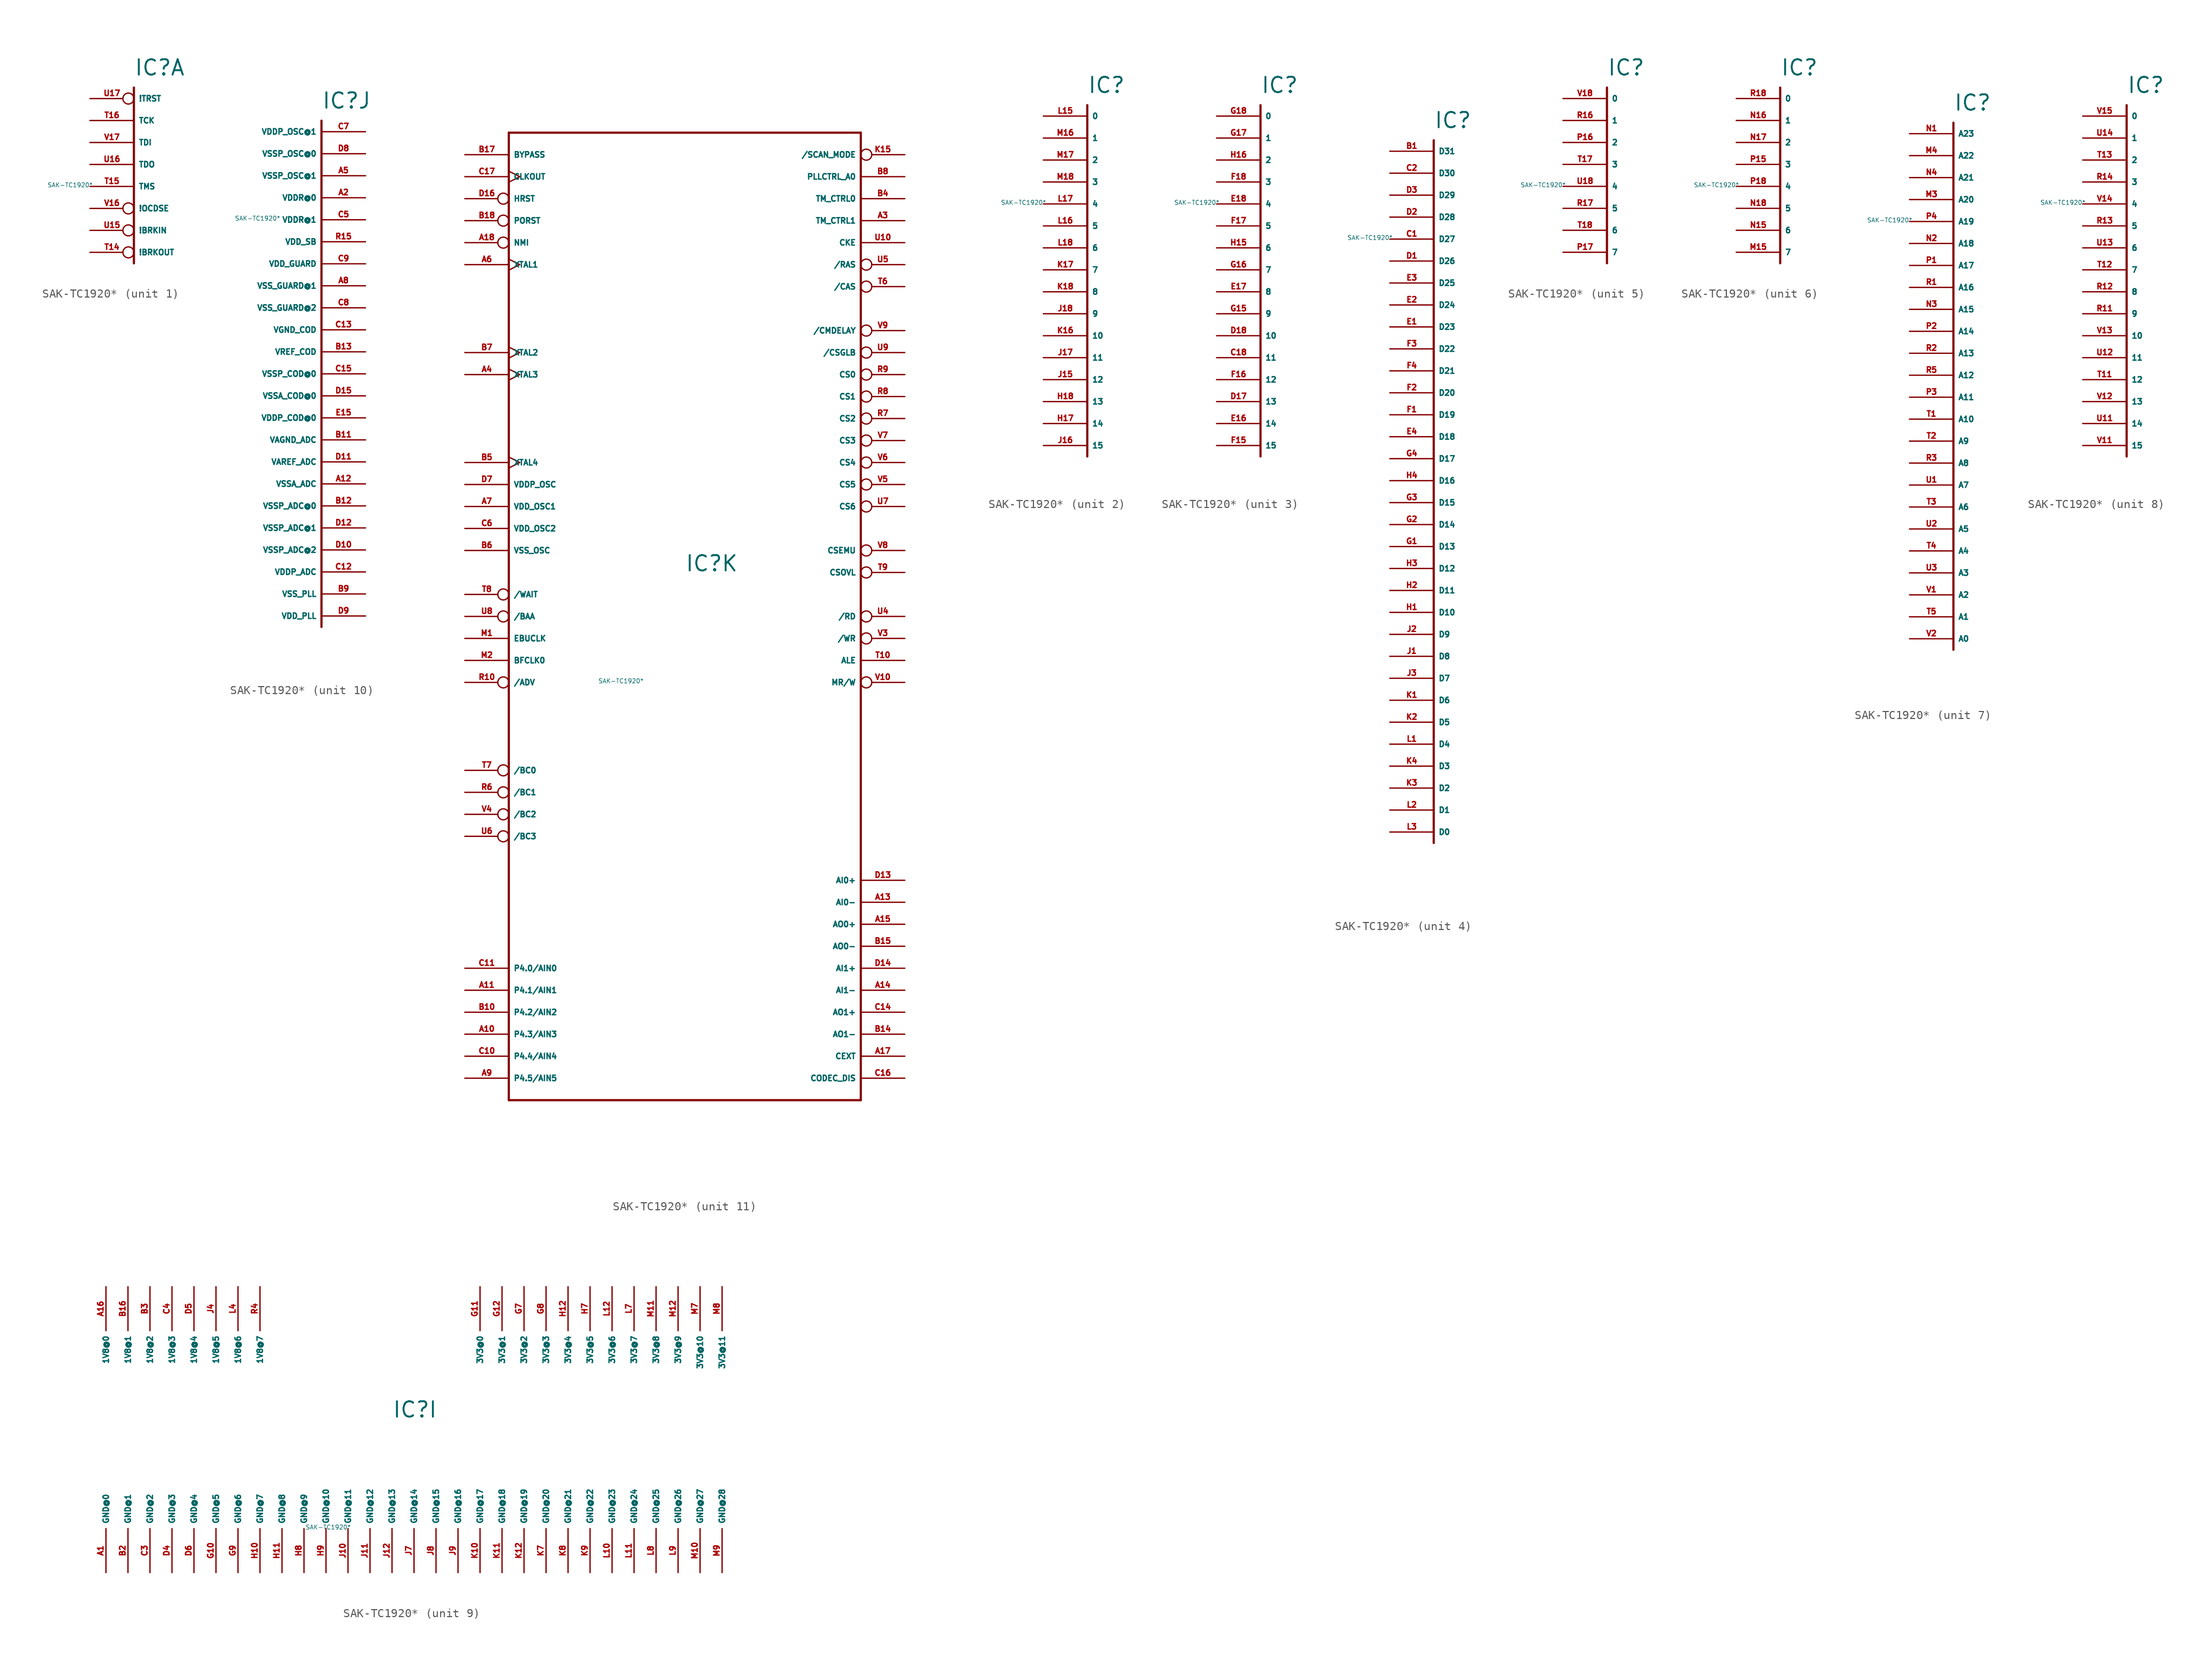
<source format=kicad_sym>
(kicad_symbol_lib
  (version 20220914)
  (generator Eagle2Kicad)
  (symbol "SAK-TC1920*"
    (property "Reference" "IC"
      (at 0 2.54 0)
      (effects (font (size 1.778 1.778) (thickness 0.22)) (justify left bottom)))
    (property "Value" "SAK-TC1920*"
      (at -10 -10 0)
      (effects (font (size 0.5 0.5) (thickness 0.06)) (justify left)))
    (symbol "SAK-TC1920*_1_0"
      (polyline (pts (xy 0 1.27) (xy 0 -19.05)) (stroke (width 0.254) (type default)) (fill (type none)))
      (pin input inverted (at -5.08 0 0) (length 5.08) (name "!TRST" (effects (font (size 0.635 0.635) (thickness 0.08)) (justify left bottom))) (number "U17" (effects (font (size 0.635 0.635) (thickness 0.08)) (justify left bottom))))
      (pin input line (at -5.08 -2.54 0) (length 5.08) (name "TCK" (effects (font (size 0.635 0.635) (thickness 0.08)) (justify left bottom))) (number "T16" (effects (font (size 0.635 0.635) (thickness 0.08)) (justify left bottom))))
      (pin input line (at -5.08 -5.08 0) (length 5.08) (name "TDI" (effects (font (size 0.635 0.635) (thickness 0.08)) (justify left bottom))) (number "V17" (effects (font (size 0.635 0.635) (thickness 0.08)) (justify left bottom))))
      (pin output line (at -5.08 -7.62 0) (length 5.08) (name "TDO" (effects (font (size 0.635 0.635) (thickness 0.08)) (justify left bottom))) (number "U16" (effects (font (size 0.635 0.635) (thickness 0.08)) (justify left bottom))))
      (pin input line (at -5.08 -10.16 0) (length 5.08) (name "TMS" (effects (font (size 0.635 0.635) (thickness 0.08)) (justify left bottom))) (number "T15" (effects (font (size 0.635 0.635) (thickness 0.08)) (justify left bottom))))
      (pin input inverted (at -5.08 -12.7 0) (length 5.08) (name "!OCDSE" (effects (font (size 0.635 0.635) (thickness 0.08)) (justify left bottom))) (number "V16" (effects (font (size 0.635 0.635) (thickness 0.08)) (justify left bottom))))
      (pin input inverted (at -5.08 -15.24 0) (length 5.08) (name "!BRKIN" (effects (font (size 0.635 0.635) (thickness 0.08)) (justify left bottom))) (number "U15" (effects (font (size 0.635 0.635) (thickness 0.08)) (justify left bottom))))
      (pin output inverted (at -5.08 -17.78 0) (length 5.08) (name "!BRKOUT" (effects (font (size 0.635 0.635) (thickness 0.08)) (justify left bottom))) (number "T14" (effects (font (size 0.635 0.635) (thickness 0.08)) (justify left bottom)))))
    (symbol "SAK-TC1920*_2_0"
      (polyline (pts (xy 0 1.27) (xy 0 -39.37)) (stroke (width 0.254) (type default)) (fill (type none)))
      (pin input line (at -5.08 0 0) (length 5.08) (name "0" (effects (font (size 0.635 0.635) (thickness 0.08)) (justify left bottom))) (number "L15" (effects (font (size 0.635 0.635) (thickness 0.08)) (justify left bottom))))
      (pin input line (at -5.08 -2.54 0) (length 5.08) (name "1" (effects (font (size 0.635 0.635) (thickness 0.08)) (justify left bottom))) (number "M16" (effects (font (size 0.635 0.635) (thickness 0.08)) (justify left bottom))))
      (pin input line (at -5.08 -5.08 0) (length 5.08) (name "2" (effects (font (size 0.635 0.635) (thickness 0.08)) (justify left bottom))) (number "M17" (effects (font (size 0.635 0.635) (thickness 0.08)) (justify left bottom))))
      (pin input line (at -5.08 -7.62 0) (length 5.08) (name "3" (effects (font (size 0.635 0.635) (thickness 0.08)) (justify left bottom))) (number "M18" (effects (font (size 0.635 0.635) (thickness 0.08)) (justify left bottom))))
      (pin input line (at -5.08 -10.16 0) (length 5.08) (name "4" (effects (font (size 0.635 0.635) (thickness 0.08)) (justify left bottom))) (number "L17" (effects (font (size 0.635 0.635) (thickness 0.08)) (justify left bottom))))
      (pin input line (at -5.08 -12.7 0) (length 5.08) (name "5" (effects (font (size 0.635 0.635) (thickness 0.08)) (justify left bottom))) (number "L16" (effects (font (size 0.635 0.635) (thickness 0.08)) (justify left bottom))))
      (pin input line (at -5.08 -15.24 0) (length 5.08) (name "6" (effects (font (size 0.635 0.635) (thickness 0.08)) (justify left bottom))) (number "L18" (effects (font (size 0.635 0.635) (thickness 0.08)) (justify left bottom))))
      (pin input line (at -5.08 -17.78 0) (length 5.08) (name "7" (effects (font (size 0.635 0.635) (thickness 0.08)) (justify left bottom))) (number "K17" (effects (font (size 0.635 0.635) (thickness 0.08)) (justify left bottom))))
      (pin input line (at -5.08 -20.32 0) (length 5.08) (name "8" (effects (font (size 0.635 0.635) (thickness 0.08)) (justify left bottom))) (number "K18" (effects (font (size 0.635 0.635) (thickness 0.08)) (justify left bottom))))
      (pin input line (at -5.08 -22.86 0) (length 5.08) (name "9" (effects (font (size 0.635 0.635) (thickness 0.08)) (justify left bottom))) (number "J18" (effects (font (size 0.635 0.635) (thickness 0.08)) (justify left bottom))))
      (pin input line (at -5.08 -25.4 0) (length 5.08) (name "10" (effects (font (size 0.635 0.635) (thickness 0.08)) (justify left bottom))) (number "K16" (effects (font (size 0.635 0.635) (thickness 0.08)) (justify left bottom))))
      (pin input line (at -5.08 -27.94 0) (length 5.08) (name "11" (effects (font (size 0.635 0.635) (thickness 0.08)) (justify left bottom))) (number "J17" (effects (font (size 0.635 0.635) (thickness 0.08)) (justify left bottom))))
      (pin input line (at -5.08 -30.48 0) (length 5.08) (name "12" (effects (font (size 0.635 0.635) (thickness 0.08)) (justify left bottom))) (number "J15" (effects (font (size 0.635 0.635) (thickness 0.08)) (justify left bottom))))
      (pin input line (at -5.08 -33.02 0) (length 5.08) (name "13" (effects (font (size 0.635 0.635) (thickness 0.08)) (justify left bottom))) (number "H18" (effects (font (size 0.635 0.635) (thickness 0.08)) (justify left bottom))))
      (pin input line (at -5.08 -35.56 0) (length 5.08) (name "14" (effects (font (size 0.635 0.635) (thickness 0.08)) (justify left bottom))) (number "H17" (effects (font (size 0.635 0.635) (thickness 0.08)) (justify left bottom))))
      (pin input line (at -5.08 -38.1 0) (length 5.08) (name "15" (effects (font (size 0.635 0.635) (thickness 0.08)) (justify left bottom))) (number "J16" (effects (font (size 0.635 0.635) (thickness 0.08)) (justify left bottom)))))
    (symbol "SAK-TC1920*_3_0"
      (polyline (pts (xy 0 1.27) (xy 0 -39.37)) (stroke (width 0.254) (type default)) (fill (type none)))
      (pin input line (at -5.08 0 0) (length 5.08) (name "0" (effects (font (size 0.635 0.635) (thickness 0.08)) (justify left bottom))) (number "G18" (effects (font (size 0.635 0.635) (thickness 0.08)) (justify left bottom))))
      (pin input line (at -5.08 -2.54 0) (length 5.08) (name "1" (effects (font (size 0.635 0.635) (thickness 0.08)) (justify left bottom))) (number "G17" (effects (font (size 0.635 0.635) (thickness 0.08)) (justify left bottom))))
      (pin input line (at -5.08 -5.08 0) (length 5.08) (name "2" (effects (font (size 0.635 0.635) (thickness 0.08)) (justify left bottom))) (number "H16" (effects (font (size 0.635 0.635) (thickness 0.08)) (justify left bottom))))
      (pin input line (at -5.08 -7.62 0) (length 5.08) (name "3" (effects (font (size 0.635 0.635) (thickness 0.08)) (justify left bottom))) (number "F18" (effects (font (size 0.635 0.635) (thickness 0.08)) (justify left bottom))))
      (pin input line (at -5.08 -10.16 0) (length 5.08) (name "4" (effects (font (size 0.635 0.635) (thickness 0.08)) (justify left bottom))) (number "E18" (effects (font (size 0.635 0.635) (thickness 0.08)) (justify left bottom))))
      (pin input line (at -5.08 -12.7 0) (length 5.08) (name "5" (effects (font (size 0.635 0.635) (thickness 0.08)) (justify left bottom))) (number "F17" (effects (font (size 0.635 0.635) (thickness 0.08)) (justify left bottom))))
      (pin input line (at -5.08 -15.24 0) (length 5.08) (name "6" (effects (font (size 0.635 0.635) (thickness 0.08)) (justify left bottom))) (number "H15" (effects (font (size 0.635 0.635) (thickness 0.08)) (justify left bottom))))
      (pin input line (at -5.08 -17.78 0) (length 5.08) (name "7" (effects (font (size 0.635 0.635) (thickness 0.08)) (justify left bottom))) (number "G16" (effects (font (size 0.635 0.635) (thickness 0.08)) (justify left bottom))))
      (pin input line (at -5.08 -20.32 0) (length 5.08) (name "8" (effects (font (size 0.635 0.635) (thickness 0.08)) (justify left bottom))) (number "E17" (effects (font (size 0.635 0.635) (thickness 0.08)) (justify left bottom))))
      (pin input line (at -5.08 -22.86 0) (length 5.08) (name "9" (effects (font (size 0.635 0.635) (thickness 0.08)) (justify left bottom))) (number "G15" (effects (font (size 0.635 0.635) (thickness 0.08)) (justify left bottom))))
      (pin input line (at -5.08 -25.4 0) (length 5.08) (name "10" (effects (font (size 0.635 0.635) (thickness 0.08)) (justify left bottom))) (number "D18" (effects (font (size 0.635 0.635) (thickness 0.08)) (justify left bottom))))
      (pin input line (at -5.08 -27.94 0) (length 5.08) (name "11" (effects (font (size 0.635 0.635) (thickness 0.08)) (justify left bottom))) (number "C18" (effects (font (size 0.635 0.635) (thickness 0.08)) (justify left bottom))))
      (pin input line (at -5.08 -30.48 0) (length 5.08) (name "12" (effects (font (size 0.635 0.635) (thickness 0.08)) (justify left bottom))) (number "F16" (effects (font (size 0.635 0.635) (thickness 0.08)) (justify left bottom))))
      (pin input line (at -5.08 -33.02 0) (length 5.08) (name "13" (effects (font (size 0.635 0.635) (thickness 0.08)) (justify left bottom))) (number "D17" (effects (font (size 0.635 0.635) (thickness 0.08)) (justify left bottom))))
      (pin input line (at -5.08 -35.56 0) (length 5.08) (name "14" (effects (font (size 0.635 0.635) (thickness 0.08)) (justify left bottom))) (number "E16" (effects (font (size 0.635 0.635) (thickness 0.08)) (justify left bottom))))
      (pin input line (at -5.08 -38.1 0) (length 5.08) (name "15" (effects (font (size 0.635 0.635) (thickness 0.08)) (justify left bottom))) (number "F15" (effects (font (size 0.635 0.635) (thickness 0.08)) (justify left bottom)))))
    (symbol "SAK-TC1920*_4_0"
      (polyline (pts (xy 0 1.27) (xy 0 -80.01)) (stroke (width 0.254) (type default)) (fill (type none)))
      (pin bidirectional line (at -5.08 -78.74 0) (length 5.08) (name "D0" (effects (font (size 0.635 0.635) (thickness 0.08)) (justify left bottom))) (number "L3" (effects (font (size 0.635 0.635) (thickness 0.08)) (justify left bottom))))
      (pin bidirectional line (at -5.08 -76.2 0) (length 5.08) (name "D1" (effects (font (size 0.635 0.635) (thickness 0.08)) (justify left bottom))) (number "L2" (effects (font (size 0.635 0.635) (thickness 0.08)) (justify left bottom))))
      (pin bidirectional line (at -5.08 -73.66 0) (length 5.08) (name "D2" (effects (font (size 0.635 0.635) (thickness 0.08)) (justify left bottom))) (number "K3" (effects (font (size 0.635 0.635) (thickness 0.08)) (justify left bottom))))
      (pin bidirectional line (at -5.08 -71.12 0) (length 5.08) (name "D3" (effects (font (size 0.635 0.635) (thickness 0.08)) (justify left bottom))) (number "K4" (effects (font (size 0.635 0.635) (thickness 0.08)) (justify left bottom))))
      (pin bidirectional line (at -5.08 -68.58 0) (length 5.08) (name "D4" (effects (font (size 0.635 0.635) (thickness 0.08)) (justify left bottom))) (number "L1" (effects (font (size 0.635 0.635) (thickness 0.08)) (justify left bottom))))
      (pin bidirectional line (at -5.08 -66.04 0) (length 5.08) (name "D5" (effects (font (size 0.635 0.635) (thickness 0.08)) (justify left bottom))) (number "K2" (effects (font (size 0.635 0.635) (thickness 0.08)) (justify left bottom))))
      (pin bidirectional line (at -5.08 -63.5 0) (length 5.08) (name "D6" (effects (font (size 0.635 0.635) (thickness 0.08)) (justify left bottom))) (number "K1" (effects (font (size 0.635 0.635) (thickness 0.08)) (justify left bottom))))
      (pin bidirectional line (at -5.08 -60.96 0) (length 5.08) (name "D7" (effects (font (size 0.635 0.635) (thickness 0.08)) (justify left bottom))) (number "J3" (effects (font (size 0.635 0.635) (thickness 0.08)) (justify left bottom))))
      (pin bidirectional line (at -5.08 -58.42 0) (length 5.08) (name "D8" (effects (font (size 0.635 0.635) (thickness 0.08)) (justify left bottom))) (number "J1" (effects (font (size 0.635 0.635) (thickness 0.08)) (justify left bottom))))
      (pin bidirectional line (at -5.08 -55.88 0) (length 5.08) (name "D9" (effects (font (size 0.635 0.635) (thickness 0.08)) (justify left bottom))) (number "J2" (effects (font (size 0.635 0.635) (thickness 0.08)) (justify left bottom))))
      (pin bidirectional line (at -5.08 -53.34 0) (length 5.08) (name "D10" (effects (font (size 0.635 0.635) (thickness 0.08)) (justify left bottom))) (number "H1" (effects (font (size 0.635 0.635) (thickness 0.08)) (justify left bottom))))
      (pin bidirectional line (at -5.08 -50.8 0) (length 5.08) (name "D11" (effects (font (size 0.635 0.635) (thickness 0.08)) (justify left bottom))) (number "H2" (effects (font (size 0.635 0.635) (thickness 0.08)) (justify left bottom))))
      (pin bidirectional line (at -5.08 -48.26 0) (length 5.08) (name "D12" (effects (font (size 0.635 0.635) (thickness 0.08)) (justify left bottom))) (number "H3" (effects (font (size 0.635 0.635) (thickness 0.08)) (justify left bottom))))
      (pin bidirectional line (at -5.08 -45.72 0) (length 5.08) (name "D13" (effects (font (size 0.635 0.635) (thickness 0.08)) (justify left bottom))) (number "G1" (effects (font (size 0.635 0.635) (thickness 0.08)) (justify left bottom))))
      (pin bidirectional line (at -5.08 -43.18 0) (length 5.08) (name "D14" (effects (font (size 0.635 0.635) (thickness 0.08)) (justify left bottom))) (number "G2" (effects (font (size 0.635 0.635) (thickness 0.08)) (justify left bottom))))
      (pin bidirectional line (at -5.08 -40.64 0) (length 5.08) (name "D15" (effects (font (size 0.635 0.635) (thickness 0.08)) (justify left bottom))) (number "G3" (effects (font (size 0.635 0.635) (thickness 0.08)) (justify left bottom))))
      (pin bidirectional line (at -5.08 -38.1 0) (length 5.08) (name "D16" (effects (font (size 0.635 0.635) (thickness 0.08)) (justify left bottom))) (number "H4" (effects (font (size 0.635 0.635) (thickness 0.08)) (justify left bottom))))
      (pin bidirectional line (at -5.08 -35.56 0) (length 5.08) (name "D17" (effects (font (size 0.635 0.635) (thickness 0.08)) (justify left bottom))) (number "G4" (effects (font (size 0.635 0.635) (thickness 0.08)) (justify left bottom))))
      (pin bidirectional line (at -5.08 -33.02 0) (length 5.08) (name "D18" (effects (font (size 0.635 0.635) (thickness 0.08)) (justify left bottom))) (number "E4" (effects (font (size 0.635 0.635) (thickness 0.08)) (justify left bottom))))
      (pin bidirectional line (at -5.08 -30.48 0) (length 5.08) (name "D19" (effects (font (size 0.635 0.635) (thickness 0.08)) (justify left bottom))) (number "F1" (effects (font (size 0.635 0.635) (thickness 0.08)) (justify left bottom))))
      (pin bidirectional line (at -5.08 -27.94 0) (length 5.08) (name "D20" (effects (font (size 0.635 0.635) (thickness 0.08)) (justify left bottom))) (number "F2" (effects (font (size 0.635 0.635) (thickness 0.08)) (justify left bottom))))
      (pin bidirectional line (at -5.08 -25.4 0) (length 5.08) (name "D21" (effects (font (size 0.635 0.635) (thickness 0.08)) (justify left bottom))) (number "F4" (effects (font (size 0.635 0.635) (thickness 0.08)) (justify left bottom))))
      (pin bidirectional line (at -5.08 -22.86 0) (length 5.08) (name "D22" (effects (font (size 0.635 0.635) (thickness 0.08)) (justify left bottom))) (number "F3" (effects (font (size 0.635 0.635) (thickness 0.08)) (justify left bottom))))
      (pin bidirectional line (at -5.08 -20.32 0) (length 5.08) (name "D23" (effects (font (size 0.635 0.635) (thickness 0.08)) (justify left bottom))) (number "E1" (effects (font (size 0.635 0.635) (thickness 0.08)) (justify left bottom))))
      (pin bidirectional line (at -5.08 -17.78 0) (length 5.08) (name "D24" (effects (font (size 0.635 0.635) (thickness 0.08)) (justify left bottom))) (number "E2" (effects (font (size 0.635 0.635) (thickness 0.08)) (justify left bottom))))
      (pin bidirectional line (at -5.08 -15.24 0) (length 5.08) (name "D25" (effects (font (size 0.635 0.635) (thickness 0.08)) (justify left bottom))) (number "E3" (effects (font (size 0.635 0.635) (thickness 0.08)) (justify left bottom))))
      (pin bidirectional line (at -5.08 -12.7 0) (length 5.08) (name "D26" (effects (font (size 0.635 0.635) (thickness 0.08)) (justify left bottom))) (number "D1" (effects (font (size 0.635 0.635) (thickness 0.08)) (justify left bottom))))
      (pin bidirectional line (at -5.08 -10.16 0) (length 5.08) (name "D27" (effects (font (size 0.635 0.635) (thickness 0.08)) (justify left bottom))) (number "C1" (effects (font (size 0.635 0.635) (thickness 0.08)) (justify left bottom))))
      (pin bidirectional line (at -5.08 -7.62 0) (length 5.08) (name "D28" (effects (font (size 0.635 0.635) (thickness 0.08)) (justify left bottom))) (number "D2" (effects (font (size 0.635 0.635) (thickness 0.08)) (justify left bottom))))
      (pin bidirectional line (at -5.08 -5.08 0) (length 5.08) (name "D29" (effects (font (size 0.635 0.635) (thickness 0.08)) (justify left bottom))) (number "D3" (effects (font (size 0.635 0.635) (thickness 0.08)) (justify left bottom))))
      (pin bidirectional line (at -5.08 -2.54 0) (length 5.08) (name "D30" (effects (font (size 0.635 0.635) (thickness 0.08)) (justify left bottom))) (number "C2" (effects (font (size 0.635 0.635) (thickness 0.08)) (justify left bottom))))
      (pin bidirectional line (at -5.08 0 0) (length 5.08) (name "D31" (effects (font (size 0.635 0.635) (thickness 0.08)) (justify left bottom))) (number "B1" (effects (font (size 0.635 0.635) (thickness 0.08)) (justify left bottom)))))
    (symbol "SAK-TC1920*_5_0"
      (polyline (pts (xy 0 1.27) (xy 0 -19.05)) (stroke (width 0.254) (type default)) (fill (type none)))
      (pin input line (at -5.08 0 0) (length 5.08) (name "0" (effects (font (size 0.635 0.635) (thickness 0.08)) (justify left bottom))) (number "V18" (effects (font (size 0.635 0.635) (thickness 0.08)) (justify left bottom))))
      (pin input line (at -5.08 -2.54 0) (length 5.08) (name "1" (effects (font (size 0.635 0.635) (thickness 0.08)) (justify left bottom))) (number "R16" (effects (font (size 0.635 0.635) (thickness 0.08)) (justify left bottom))))
      (pin input line (at -5.08 -5.08 0) (length 5.08) (name "2" (effects (font (size 0.635 0.635) (thickness 0.08)) (justify left bottom))) (number "P16" (effects (font (size 0.635 0.635) (thickness 0.08)) (justify left bottom))))
      (pin input line (at -5.08 -7.62 0) (length 5.08) (name "3" (effects (font (size 0.635 0.635) (thickness 0.08)) (justify left bottom))) (number "T17" (effects (font (size 0.635 0.635) (thickness 0.08)) (justify left bottom))))
      (pin input line (at -5.08 -10.16 0) (length 5.08) (name "4" (effects (font (size 0.635 0.635) (thickness 0.08)) (justify left bottom))) (number "U18" (effects (font (size 0.635 0.635) (thickness 0.08)) (justify left bottom))))
      (pin input line (at -5.08 -12.7 0) (length 5.08) (name "5" (effects (font (size 0.635 0.635) (thickness 0.08)) (justify left bottom))) (number "R17" (effects (font (size 0.635 0.635) (thickness 0.08)) (justify left bottom))))
      (pin input line (at -5.08 -15.24 0) (length 5.08) (name "6" (effects (font (size 0.635 0.635) (thickness 0.08)) (justify left bottom))) (number "T18" (effects (font (size 0.635 0.635) (thickness 0.08)) (justify left bottom))))
      (pin input line (at -5.08 -17.78 0) (length 5.08) (name "7" (effects (font (size 0.635 0.635) (thickness 0.08)) (justify left bottom))) (number "P17" (effects (font (size 0.635 0.635) (thickness 0.08)) (justify left bottom)))))
    (symbol "SAK-TC1920*_6_0"
      (polyline (pts (xy 0 1.27) (xy 0 -19.05)) (stroke (width 0.254) (type default)) (fill (type none)))
      (pin input line (at -5.08 0 0) (length 5.08) (name "0" (effects (font (size 0.635 0.635) (thickness 0.08)) (justify left bottom))) (number "R18" (effects (font (size 0.635 0.635) (thickness 0.08)) (justify left bottom))))
      (pin input line (at -5.08 -2.54 0) (length 5.08) (name "1" (effects (font (size 0.635 0.635) (thickness 0.08)) (justify left bottom))) (number "N16" (effects (font (size 0.635 0.635) (thickness 0.08)) (justify left bottom))))
      (pin input line (at -5.08 -5.08 0) (length 5.08) (name "2" (effects (font (size 0.635 0.635) (thickness 0.08)) (justify left bottom))) (number "N17" (effects (font (size 0.635 0.635) (thickness 0.08)) (justify left bottom))))
      (pin input line (at -5.08 -7.62 0) (length 5.08) (name "3" (effects (font (size 0.635 0.635) (thickness 0.08)) (justify left bottom))) (number "P15" (effects (font (size 0.635 0.635) (thickness 0.08)) (justify left bottom))))
      (pin input line (at -5.08 -10.16 0) (length 5.08) (name "4" (effects (font (size 0.635 0.635) (thickness 0.08)) (justify left bottom))) (number "P18" (effects (font (size 0.635 0.635) (thickness 0.08)) (justify left bottom))))
      (pin input line (at -5.08 -12.7 0) (length 5.08) (name "5" (effects (font (size 0.635 0.635) (thickness 0.08)) (justify left bottom))) (number "N18" (effects (font (size 0.635 0.635) (thickness 0.08)) (justify left bottom))))
      (pin input line (at -5.08 -15.24 0) (length 5.08) (name "6" (effects (font (size 0.635 0.635) (thickness 0.08)) (justify left bottom))) (number "N15" (effects (font (size 0.635 0.635) (thickness 0.08)) (justify left bottom))))
      (pin input line (at -5.08 -17.78 0) (length 5.08) (name "7" (effects (font (size 0.635 0.635) (thickness 0.08)) (justify left bottom))) (number "M15" (effects (font (size 0.635 0.635) (thickness 0.08)) (justify left bottom)))))
    (symbol "SAK-TC1920*_7_0"
      (polyline (pts (xy 0 1.27) (xy 0 -59.69)) (stroke (width 0.254) (type default)) (fill (type none)))
      (pin output line (at -5.08 -58.42 0) (length 5.08) (name "A0" (effects (font (size 0.635 0.635) (thickness 0.08)) (justify left bottom))) (number "V2" (effects (font (size 0.635 0.635) (thickness 0.08)) (justify left bottom))))
      (pin output line (at -5.08 -55.88 0) (length 5.08) (name "A1" (effects (font (size 0.635 0.635) (thickness 0.08)) (justify left bottom))) (number "T5" (effects (font (size 0.635 0.635) (thickness 0.08)) (justify left bottom))))
      (pin output line (at -5.08 -53.34 0) (length 5.08) (name "A2" (effects (font (size 0.635 0.635) (thickness 0.08)) (justify left bottom))) (number "V1" (effects (font (size 0.635 0.635) (thickness 0.08)) (justify left bottom))))
      (pin output line (at -5.08 -50.8 0) (length 5.08) (name "A3" (effects (font (size 0.635 0.635) (thickness 0.08)) (justify left bottom))) (number "U3" (effects (font (size 0.635 0.635) (thickness 0.08)) (justify left bottom))))
      (pin output line (at -5.08 -48.26 0) (length 5.08) (name "A4" (effects (font (size 0.635 0.635) (thickness 0.08)) (justify left bottom))) (number "T4" (effects (font (size 0.635 0.635) (thickness 0.08)) (justify left bottom))))
      (pin output line (at -5.08 -45.72 0) (length 5.08) (name "A5" (effects (font (size 0.635 0.635) (thickness 0.08)) (justify left bottom))) (number "U2" (effects (font (size 0.635 0.635) (thickness 0.08)) (justify left bottom))))
      (pin output line (at -5.08 -43.18 0) (length 5.08) (name "A6" (effects (font (size 0.635 0.635) (thickness 0.08)) (justify left bottom))) (number "T3" (effects (font (size 0.635 0.635) (thickness 0.08)) (justify left bottom))))
      (pin output line (at -5.08 -40.64 0) (length 5.08) (name "A7" (effects (font (size 0.635 0.635) (thickness 0.08)) (justify left bottom))) (number "U1" (effects (font (size 0.635 0.635) (thickness 0.08)) (justify left bottom))))
      (pin output line (at -5.08 -38.1 0) (length 5.08) (name "A8" (effects (font (size 0.635 0.635) (thickness 0.08)) (justify left bottom))) (number "R3" (effects (font (size 0.635 0.635) (thickness 0.08)) (justify left bottom))))
      (pin output line (at -5.08 -35.56 0) (length 5.08) (name "A9" (effects (font (size 0.635 0.635) (thickness 0.08)) (justify left bottom))) (number "T2" (effects (font (size 0.635 0.635) (thickness 0.08)) (justify left bottom))))
      (pin output line (at -5.08 -33.02 0) (length 5.08) (name "A10" (effects (font (size 0.635 0.635) (thickness 0.08)) (justify left bottom))) (number "T1" (effects (font (size 0.635 0.635) (thickness 0.08)) (justify left bottom))))
      (pin output line (at -5.08 -30.48 0) (length 5.08) (name "A11" (effects (font (size 0.635 0.635) (thickness 0.08)) (justify left bottom))) (number "P3" (effects (font (size 0.635 0.635) (thickness 0.08)) (justify left bottom))))
      (pin output line (at -5.08 -27.94 0) (length 5.08) (name "A12" (effects (font (size 0.635 0.635) (thickness 0.08)) (justify left bottom))) (number "R5" (effects (font (size 0.635 0.635) (thickness 0.08)) (justify left bottom))))
      (pin output line (at -5.08 -25.4 0) (length 5.08) (name "A13" (effects (font (size 0.635 0.635) (thickness 0.08)) (justify left bottom))) (number "R2" (effects (font (size 0.635 0.635) (thickness 0.08)) (justify left bottom))))
      (pin output line (at -5.08 -22.86 0) (length 5.08) (name "A14" (effects (font (size 0.635 0.635) (thickness 0.08)) (justify left bottom))) (number "P2" (effects (font (size 0.635 0.635) (thickness 0.08)) (justify left bottom))))
      (pin output line (at -5.08 -20.32 0) (length 5.08) (name "A15" (effects (font (size 0.635 0.635) (thickness 0.08)) (justify left bottom))) (number "N3" (effects (font (size 0.635 0.635) (thickness 0.08)) (justify left bottom))))
      (pin output line (at -5.08 -17.78 0) (length 5.08) (name "A16" (effects (font (size 0.635 0.635) (thickness 0.08)) (justify left bottom))) (number "R1" (effects (font (size 0.635 0.635) (thickness 0.08)) (justify left bottom))))
      (pin output line (at -5.08 -15.24 0) (length 5.08) (name "A17" (effects (font (size 0.635 0.635) (thickness 0.08)) (justify left bottom))) (number "P1" (effects (font (size 0.635 0.635) (thickness 0.08)) (justify left bottom))))
      (pin output line (at -5.08 -12.7 0) (length 5.08) (name "A18" (effects (font (size 0.635 0.635) (thickness 0.08)) (justify left bottom))) (number "N2" (effects (font (size 0.635 0.635) (thickness 0.08)) (justify left bottom))))
      (pin output line (at -5.08 -10.16 0) (length 5.08) (name "A19" (effects (font (size 0.635 0.635) (thickness 0.08)) (justify left bottom))) (number "P4" (effects (font (size 0.635 0.635) (thickness 0.08)) (justify left bottom))))
      (pin output line (at -5.08 -7.62 0) (length 5.08) (name "A20" (effects (font (size 0.635 0.635) (thickness 0.08)) (justify left bottom))) (number "M3" (effects (font (size 0.635 0.635) (thickness 0.08)) (justify left bottom))))
      (pin output line (at -5.08 -5.08 0) (length 5.08) (name "A21" (effects (font (size 0.635 0.635) (thickness 0.08)) (justify left bottom))) (number "N4" (effects (font (size 0.635 0.635) (thickness 0.08)) (justify left bottom))))
      (pin output line (at -5.08 -2.54 0) (length 5.08) (name "A22" (effects (font (size 0.635 0.635) (thickness 0.08)) (justify left bottom))) (number "M4" (effects (font (size 0.635 0.635) (thickness 0.08)) (justify left bottom))))
      (pin output line (at -5.08 0 0) (length 5.08) (name "A23" (effects (font (size 0.635 0.635) (thickness 0.08)) (justify left bottom))) (number "N1" (effects (font (size 0.635 0.635) (thickness 0.08)) (justify left bottom)))))
    (symbol "SAK-TC1920*_8_0"
      (polyline (pts (xy 0 1.27) (xy 0 -39.37)) (stroke (width 0.254) (type default)) (fill (type none)))
      (pin input line (at -5.08 0 0) (length 5.08) (name "0" (effects (font (size 0.635 0.635) (thickness 0.08)) (justify left bottom))) (number "V15" (effects (font (size 0.635 0.635) (thickness 0.08)) (justify left bottom))))
      (pin input line (at -5.08 -2.54 0) (length 5.08) (name "1" (effects (font (size 0.635 0.635) (thickness 0.08)) (justify left bottom))) (number "U14" (effects (font (size 0.635 0.635) (thickness 0.08)) (justify left bottom))))
      (pin input line (at -5.08 -5.08 0) (length 5.08) (name "2" (effects (font (size 0.635 0.635) (thickness 0.08)) (justify left bottom))) (number "T13" (effects (font (size 0.635 0.635) (thickness 0.08)) (justify left bottom))))
      (pin input line (at -5.08 -7.62 0) (length 5.08) (name "3" (effects (font (size 0.635 0.635) (thickness 0.08)) (justify left bottom))) (number "R14" (effects (font (size 0.635 0.635) (thickness 0.08)) (justify left bottom))))
      (pin input line (at -5.08 -10.16 0) (length 5.08) (name "4" (effects (font (size 0.635 0.635) (thickness 0.08)) (justify left bottom))) (number "V14" (effects (font (size 0.635 0.635) (thickness 0.08)) (justify left bottom))))
      (pin input line (at -5.08 -12.7 0) (length 5.08) (name "5" (effects (font (size 0.635 0.635) (thickness 0.08)) (justify left bottom))) (number "R13" (effects (font (size 0.635 0.635) (thickness 0.08)) (justify left bottom))))
      (pin input line (at -5.08 -15.24 0) (length 5.08) (name "6" (effects (font (size 0.635 0.635) (thickness 0.08)) (justify left bottom))) (number "U13" (effects (font (size 0.635 0.635) (thickness 0.08)) (justify left bottom))))
      (pin input line (at -5.08 -17.78 0) (length 5.08) (name "7" (effects (font (size 0.635 0.635) (thickness 0.08)) (justify left bottom))) (number "T12" (effects (font (size 0.635 0.635) (thickness 0.08)) (justify left bottom))))
      (pin input line (at -5.08 -20.32 0) (length 5.08) (name "8" (effects (font (size 0.635 0.635) (thickness 0.08)) (justify left bottom))) (number "R12" (effects (font (size 0.635 0.635) (thickness 0.08)) (justify left bottom))))
      (pin input line (at -5.08 -22.86 0) (length 5.08) (name "9" (effects (font (size 0.635 0.635) (thickness 0.08)) (justify left bottom))) (number "R11" (effects (font (size 0.635 0.635) (thickness 0.08)) (justify left bottom))))
      (pin input line (at -5.08 -25.4 0) (length 5.08) (name "10" (effects (font (size 0.635 0.635) (thickness 0.08)) (justify left bottom))) (number "V13" (effects (font (size 0.635 0.635) (thickness 0.08)) (justify left bottom))))
      (pin input line (at -5.08 -27.94 0) (length 5.08) (name "11" (effects (font (size 0.635 0.635) (thickness 0.08)) (justify left bottom))) (number "U12" (effects (font (size 0.635 0.635) (thickness 0.08)) (justify left bottom))))
      (pin input line (at -5.08 -30.48 0) (length 5.08) (name "12" (effects (font (size 0.635 0.635) (thickness 0.08)) (justify left bottom))) (number "T11" (effects (font (size 0.635 0.635) (thickness 0.08)) (justify left bottom))))
      (pin input line (at -5.08 -33.02 0) (length 5.08) (name "13" (effects (font (size 0.635 0.635) (thickness 0.08)) (justify left bottom))) (number "V12" (effects (font (size 0.635 0.635) (thickness 0.08)) (justify left bottom))))
      (pin input line (at -5.08 -35.56 0) (length 5.08) (name "14" (effects (font (size 0.635 0.635) (thickness 0.08)) (justify left bottom))) (number "U11" (effects (font (size 0.635 0.635) (thickness 0.08)) (justify left bottom))))
      (pin input line (at -5.08 -38.1 0) (length 5.08) (name "15" (effects (font (size 0.635 0.635) (thickness 0.08)) (justify left bottom))) (number "V11" (effects (font (size 0.635 0.635) (thickness 0.08)) (justify left bottom)))))
    (symbol "SAK-TC1920*_9_0"
      (pin unspecified line (at -33.02 17.78 270) (length 5.08) (name "1V8@0" (effects (font (size 0.635 0.635) (thickness 0.08)) (justify left bottom))) (number "A16" (effects (font (size 0.635 0.635) (thickness 0.08)) (justify left bottom))))
      (pin unspecified line (at -30.48 17.78 270) (length 5.08) (name "1V8@1" (effects (font (size 0.635 0.635) (thickness 0.08)) (justify left bottom))) (number "B16" (effects (font (size 0.635 0.635) (thickness 0.08)) (justify left bottom))))
      (pin unspecified line (at -27.94 17.78 270) (length 5.08) (name "1V8@2" (effects (font (size 0.635 0.635) (thickness 0.08)) (justify left bottom))) (number "B3" (effects (font (size 0.635 0.635) (thickness 0.08)) (justify left bottom))))
      (pin unspecified line (at -25.4 17.78 270) (length 5.08) (name "1V8@3" (effects (font (size 0.635 0.635) (thickness 0.08)) (justify left bottom))) (number "C4" (effects (font (size 0.635 0.635) (thickness 0.08)) (justify left bottom))))
      (pin unspecified line (at -22.86 17.78 270) (length 5.08) (name "1V8@4" (effects (font (size 0.635 0.635) (thickness 0.08)) (justify left bottom))) (number "D5" (effects (font (size 0.635 0.635) (thickness 0.08)) (justify left bottom))))
      (pin unspecified line (at -20.32 17.78 270) (length 5.08) (name "1V8@5" (effects (font (size 0.635 0.635) (thickness 0.08)) (justify left bottom))) (number "J4" (effects (font (size 0.635 0.635) (thickness 0.08)) (justify left bottom))))
      (pin unspecified line (at -17.78 17.78 270) (length 5.08) (name "1V8@6" (effects (font (size 0.635 0.635) (thickness 0.08)) (justify left bottom))) (number "L4" (effects (font (size 0.635 0.635) (thickness 0.08)) (justify left bottom))))
      (pin unspecified line (at -15.24 17.78 270) (length 5.08) (name "1V8@7" (effects (font (size 0.635 0.635) (thickness 0.08)) (justify left bottom))) (number "R4" (effects (font (size 0.635 0.635) (thickness 0.08)) (justify left bottom))))
      (pin unspecified line (at 10.16 17.78 270) (length 5.08) (name "3V3@0" (effects (font (size 0.635 0.635) (thickness 0.08)) (justify left bottom))) (number "G11" (effects (font (size 0.635 0.635) (thickness 0.08)) (justify left bottom))))
      (pin unspecified line (at 12.7 17.78 270) (length 5.08) (name "3V3@1" (effects (font (size 0.635 0.635) (thickness 0.08)) (justify left bottom))) (number "G12" (effects (font (size 0.635 0.635) (thickness 0.08)) (justify left bottom))))
      (pin unspecified line (at 15.24 17.78 270) (length 5.08) (name "3V3@2" (effects (font (size 0.635 0.635) (thickness 0.08)) (justify left bottom))) (number "G7" (effects (font (size 0.635 0.635) (thickness 0.08)) (justify left bottom))))
      (pin unspecified line (at 17.78 17.78 270) (length 5.08) (name "3V3@3" (effects (font (size 0.635 0.635) (thickness 0.08)) (justify left bottom))) (number "G8" (effects (font (size 0.635 0.635) (thickness 0.08)) (justify left bottom))))
      (pin unspecified line (at 20.32 17.78 270) (length 5.08) (name "3V3@4" (effects (font (size 0.635 0.635) (thickness 0.08)) (justify left bottom))) (number "H12" (effects (font (size 0.635 0.635) (thickness 0.08)) (justify left bottom))))
      (pin unspecified line (at 22.86 17.78 270) (length 5.08) (name "3V3@5" (effects (font (size 0.635 0.635) (thickness 0.08)) (justify left bottom))) (number "H7" (effects (font (size 0.635 0.635) (thickness 0.08)) (justify left bottom))))
      (pin unspecified line (at 25.4 17.78 270) (length 5.08) (name "3V3@6" (effects (font (size 0.635 0.635) (thickness 0.08)) (justify left bottom))) (number "L12" (effects (font (size 0.635 0.635) (thickness 0.08)) (justify left bottom))))
      (pin unspecified line (at 27.94 17.78 270) (length 5.08) (name "3V3@7" (effects (font (size 0.635 0.635) (thickness 0.08)) (justify left bottom))) (number "L7" (effects (font (size 0.635 0.635) (thickness 0.08)) (justify left bottom))))
      (pin unspecified line (at 30.48 17.78 270) (length 5.08) (name "3V3@8" (effects (font (size 0.635 0.635) (thickness 0.08)) (justify left bottom))) (number "M11" (effects (font (size 0.635 0.635) (thickness 0.08)) (justify left bottom))))
      (pin unspecified line (at 33.02 17.78 270) (length 5.08) (name "3V3@9" (effects (font (size 0.635 0.635) (thickness 0.08)) (justify left bottom))) (number "M12" (effects (font (size 0.635 0.635) (thickness 0.08)) (justify left bottom))))
      (pin unspecified line (at 35.56 17.78 270) (length 5.08) (name "3V3@10" (effects (font (size 0.635 0.635) (thickness 0.08)) (justify left bottom))) (number "M7" (effects (font (size 0.635 0.635) (thickness 0.08)) (justify left bottom))))
      (pin unspecified line (at 38.1 17.78 270) (length 5.08) (name "3V3@11" (effects (font (size 0.635 0.635) (thickness 0.08)) (justify left bottom))) (number "M8" (effects (font (size 0.635 0.635) (thickness 0.08)) (justify left bottom))))
      (pin unspecified line (at -33.02 -15.24 90) (length 5.08) (name "GND@0" (effects (font (size 0.635 0.635) (thickness 0.08)) (justify left bottom))) (number "A1" (effects (font (size 0.635 0.635) (thickness 0.08)) (justify left bottom))))
      (pin unspecified line (at -30.48 -15.24 90) (length 5.08) (name "GND@1" (effects (font (size 0.635 0.635) (thickness 0.08)) (justify left bottom))) (number "B2" (effects (font (size 0.635 0.635) (thickness 0.08)) (justify left bottom))))
      (pin unspecified line (at -27.94 -15.24 90) (length 5.08) (name "GND@2" (effects (font (size 0.635 0.635) (thickness 0.08)) (justify left bottom))) (number "C3" (effects (font (size 0.635 0.635) (thickness 0.08)) (justify left bottom))))
      (pin unspecified line (at -25.4 -15.24 90) (length 5.08) (name "GND@3" (effects (font (size 0.635 0.635) (thickness 0.08)) (justify left bottom))) (number "D4" (effects (font (size 0.635 0.635) (thickness 0.08)) (justify left bottom))))
      (pin unspecified line (at -22.86 -15.24 90) (length 5.08) (name "GND@4" (effects (font (size 0.635 0.635) (thickness 0.08)) (justify left bottom))) (number "D6" (effects (font (size 0.635 0.635) (thickness 0.08)) (justify left bottom))))
      (pin unspecified line (at -20.32 -15.24 90) (length 5.08) (name "GND@5" (effects (font (size 0.635 0.635) (thickness 0.08)) (justify left bottom))) (number "G10" (effects (font (size 0.635 0.635) (thickness 0.08)) (justify left bottom))))
      (pin unspecified line (at -17.78 -15.24 90) (length 5.08) (name "GND@6" (effects (font (size 0.635 0.635) (thickness 0.08)) (justify left bottom))) (number "G9" (effects (font (size 0.635 0.635) (thickness 0.08)) (justify left bottom))))
      (pin unspecified line (at -15.24 -15.24 90) (length 5.08) (name "GND@7" (effects (font (size 0.635 0.635) (thickness 0.08)) (justify left bottom))) (number "H10" (effects (font (size 0.635 0.635) (thickness 0.08)) (justify left bottom))))
      (pin unspecified line (at -12.7 -15.24 90) (length 5.08) (name "GND@8" (effects (font (size 0.635 0.635) (thickness 0.08)) (justify left bottom))) (number "H11" (effects (font (size 0.635 0.635) (thickness 0.08)) (justify left bottom))))
      (pin unspecified line (at -10.16 -15.24 90) (length 5.08) (name "GND@9" (effects (font (size 0.635 0.635) (thickness 0.08)) (justify left bottom))) (number "H8" (effects (font (size 0.635 0.635) (thickness 0.08)) (justify left bottom))))
      (pin unspecified line (at -7.62 -15.24 90) (length 5.08) (name "GND@10" (effects (font (size 0.635 0.635) (thickness 0.08)) (justify left bottom))) (number "H9" (effects (font (size 0.635 0.635) (thickness 0.08)) (justify left bottom))))
      (pin unspecified line (at -5.08 -15.24 90) (length 5.08) (name "GND@11" (effects (font (size 0.635 0.635) (thickness 0.08)) (justify left bottom))) (number "J10" (effects (font (size 0.635 0.635) (thickness 0.08)) (justify left bottom))))
      (pin unspecified line (at -2.54 -15.24 90) (length 5.08) (name "GND@12" (effects (font (size 0.635 0.635) (thickness 0.08)) (justify left bottom))) (number "J11" (effects (font (size 0.635 0.635) (thickness 0.08)) (justify left bottom))))
      (pin unspecified line (at 0 -15.24 90) (length 5.08) (name "GND@13" (effects (font (size 0.635 0.635) (thickness 0.08)) (justify left bottom))) (number "J12" (effects (font (size 0.635 0.635) (thickness 0.08)) (justify left bottom))))
      (pin unspecified line (at 2.54 -15.24 90) (length 5.08) (name "GND@14" (effects (font (size 0.635 0.635) (thickness 0.08)) (justify left bottom))) (number "J7" (effects (font (size 0.635 0.635) (thickness 0.08)) (justify left bottom))))
      (pin unspecified line (at 5.08 -15.24 90) (length 5.08) (name "GND@15" (effects (font (size 0.635 0.635) (thickness 0.08)) (justify left bottom))) (number "J8" (effects (font (size 0.635 0.635) (thickness 0.08)) (justify left bottom))))
      (pin unspecified line (at 7.62 -15.24 90) (length 5.08) (name "GND@16" (effects (font (size 0.635 0.635) (thickness 0.08)) (justify left bottom))) (number "J9" (effects (font (size 0.635 0.635) (thickness 0.08)) (justify left bottom))))
      (pin unspecified line (at 10.16 -15.24 90) (length 5.08) (name "GND@17" (effects (font (size 0.635 0.635) (thickness 0.08)) (justify left bottom))) (number "K10" (effects (font (size 0.635 0.635) (thickness 0.08)) (justify left bottom))))
      (pin unspecified line (at 12.7 -15.24 90) (length 5.08) (name "GND@18" (effects (font (size 0.635 0.635) (thickness 0.08)) (justify left bottom))) (number "K11" (effects (font (size 0.635 0.635) (thickness 0.08)) (justify left bottom))))
      (pin unspecified line (at 15.24 -15.24 90) (length 5.08) (name "GND@19" (effects (font (size 0.635 0.635) (thickness 0.08)) (justify left bottom))) (number "K12" (effects (font (size 0.635 0.635) (thickness 0.08)) (justify left bottom))))
      (pin unspecified line (at 17.78 -15.24 90) (length 5.08) (name "GND@20" (effects (font (size 0.635 0.635) (thickness 0.08)) (justify left bottom))) (number "K7" (effects (font (size 0.635 0.635) (thickness 0.08)) (justify left bottom))))
      (pin unspecified line (at 20.32 -15.24 90) (length 5.08) (name "GND@21" (effects (font (size 0.635 0.635) (thickness 0.08)) (justify left bottom))) (number "K8" (effects (font (size 0.635 0.635) (thickness 0.08)) (justify left bottom))))
      (pin unspecified line (at 22.86 -15.24 90) (length 5.08) (name "GND@22" (effects (font (size 0.635 0.635) (thickness 0.08)) (justify left bottom))) (number "K9" (effects (font (size 0.635 0.635) (thickness 0.08)) (justify left bottom))))
      (pin unspecified line (at 25.4 -15.24 90) (length 5.08) (name "GND@23" (effects (font (size 0.635 0.635) (thickness 0.08)) (justify left bottom))) (number "L10" (effects (font (size 0.635 0.635) (thickness 0.08)) (justify left bottom))))
      (pin unspecified line (at 27.94 -15.24 90) (length 5.08) (name "GND@24" (effects (font (size 0.635 0.635) (thickness 0.08)) (justify left bottom))) (number "L11" (effects (font (size 0.635 0.635) (thickness 0.08)) (justify left bottom))))
      (pin unspecified line (at 30.48 -15.24 90) (length 5.08) (name "GND@25" (effects (font (size 0.635 0.635) (thickness 0.08)) (justify left bottom))) (number "L8" (effects (font (size 0.635 0.635) (thickness 0.08)) (justify left bottom))))
      (pin unspecified line (at 33.02 -15.24 90) (length 5.08) (name "GND@26" (effects (font (size 0.635 0.635) (thickness 0.08)) (justify left bottom))) (number "L9" (effects (font (size 0.635 0.635) (thickness 0.08)) (justify left bottom))))
      (pin unspecified line (at 35.56 -15.24 90) (length 5.08) (name "GND@27" (effects (font (size 0.635 0.635) (thickness 0.08)) (justify left bottom))) (number "M10" (effects (font (size 0.635 0.635) (thickness 0.08)) (justify left bottom))))
      (pin unspecified line (at 38.1 -15.24 90) (length 5.08) (name "GND@28" (effects (font (size 0.635 0.635) (thickness 0.08)) (justify left bottom))) (number "M9" (effects (font (size 0.635 0.635) (thickness 0.08)) (justify left bottom)))))
    (symbol "SAK-TC1920*_10_0"
      (polyline (pts (xy 0 1.27) (xy 0 -57.15)) (stroke (width 0.254) (type default)) (fill (type none)))
      (pin unspecified line (at 5.08 -7.62 180) (length 5.08) (name "VDDR@0" (effects (font (size 0.635 0.635) (thickness 0.08)) (justify left bottom))) (number "A2" (effects (font (size 0.635 0.635) (thickness 0.08)) (justify left bottom))))
      (pin unspecified line (at 5.08 -10.16 180) (length 5.08) (name "VDDR@1" (effects (font (size 0.635 0.635) (thickness 0.08)) (justify left bottom))) (number "C5" (effects (font (size 0.635 0.635) (thickness 0.08)) (justify left bottom))))
      (pin unspecified line (at 5.08 -12.7 180) (length 5.08) (name "VDD_SB" (effects (font (size 0.635 0.635) (thickness 0.08)) (justify left bottom))) (number "R15" (effects (font (size 0.635 0.635) (thickness 0.08)) (justify left bottom))))
      (pin unspecified line (at 5.08 -15.24 180) (length 5.08) (name "VDD_GUARD" (effects (font (size 0.635 0.635) (thickness 0.08)) (justify left bottom))) (number "C9" (effects (font (size 0.635 0.635) (thickness 0.08)) (justify left bottom))))
      (pin unspecified line (at 5.08 -17.78 180) (length 5.08) (name "VSS_GUARD@1" (effects (font (size 0.635 0.635) (thickness 0.08)) (justify left bottom))) (number "A8" (effects (font (size 0.635 0.635) (thickness 0.08)) (justify left bottom))))
      (pin unspecified line (at 5.08 -20.32 180) (length 5.08) (name "VSS_GUARD@2" (effects (font (size 0.635 0.635) (thickness 0.08)) (justify left bottom))) (number "C8" (effects (font (size 0.635 0.635) (thickness 0.08)) (justify left bottom))))
      (pin unspecified line (at 5.08 -22.86 180) (length 5.08) (name "VGND_COD" (effects (font (size 0.635 0.635) (thickness 0.08)) (justify left bottom))) (number "C13" (effects (font (size 0.635 0.635) (thickness 0.08)) (justify left bottom))))
      (pin unspecified line (at 5.08 -25.4 180) (length 5.08) (name "VREF_COD" (effects (font (size 0.635 0.635) (thickness 0.08)) (justify left bottom))) (number "B13" (effects (font (size 0.635 0.635) (thickness 0.08)) (justify left bottom))))
      (pin unspecified line (at 5.08 -27.94 180) (length 5.08) (name "VSSP_COD@0" (effects (font (size 0.635 0.635) (thickness 0.08)) (justify left bottom))) (number "C15" (effects (font (size 0.635 0.635) (thickness 0.08)) (justify left bottom))))
      (pin unspecified line (at 5.08 -2.54 180) (length 5.08) (name "VSSP_OSC@0" (effects (font (size 0.635 0.635) (thickness 0.08)) (justify left bottom))) (number "D8" (effects (font (size 0.635 0.635) (thickness 0.08)) (justify left bottom))))
      (pin unspecified line (at 5.08 -30.48 180) (length 5.08) (name "VSSA_COD@0" (effects (font (size 0.635 0.635) (thickness 0.08)) (justify left bottom))) (number "D15" (effects (font (size 0.635 0.635) (thickness 0.08)) (justify left bottom))))
      (pin unspecified line (at 5.08 -5.08 180) (length 5.08) (name "VSSP_OSC@1" (effects (font (size 0.635 0.635) (thickness 0.08)) (justify left bottom))) (number "A5" (effects (font (size 0.635 0.635) (thickness 0.08)) (justify left bottom))))
      (pin unspecified line (at 5.08 -33.02 180) (length 5.08) (name "VDDP_COD@0" (effects (font (size 0.635 0.635) (thickness 0.08)) (justify left bottom))) (number "E15" (effects (font (size 0.635 0.635) (thickness 0.08)) (justify left bottom))))
      (pin unspecified line (at 5.08 0 180) (length 5.08) (name "VDDP_OSC@1" (effects (font (size 0.635 0.635) (thickness 0.08)) (justify left bottom))) (number "C7" (effects (font (size 0.635 0.635) (thickness 0.08)) (justify left bottom))))
      (pin unspecified line (at 5.08 -35.56 180) (length 5.08) (name "VAGND_ADC" (effects (font (size 0.635 0.635) (thickness 0.08)) (justify left bottom))) (number "B11" (effects (font (size 0.635 0.635) (thickness 0.08)) (justify left bottom))))
      (pin unspecified line (at 5.08 -38.1 180) (length 5.08) (name "VAREF_ADC" (effects (font (size 0.635 0.635) (thickness 0.08)) (justify left bottom))) (number "D11" (effects (font (size 0.635 0.635) (thickness 0.08)) (justify left bottom))))
      (pin unspecified line (at 5.08 -40.64 180) (length 5.08) (name "VSSA_ADC" (effects (font (size 0.635 0.635) (thickness 0.08)) (justify left bottom))) (number "A12" (effects (font (size 0.635 0.635) (thickness 0.08)) (justify left bottom))))
      (pin unspecified line (at 5.08 -43.18 180) (length 5.08) (name "VSSP_ADC@0" (effects (font (size 0.635 0.635) (thickness 0.08)) (justify left bottom))) (number "B12" (effects (font (size 0.635 0.635) (thickness 0.08)) (justify left bottom))))
      (pin unspecified line (at 5.08 -45.72 180) (length 5.08) (name "VSSP_ADC@1" (effects (font (size 0.635 0.635) (thickness 0.08)) (justify left bottom))) (number "D12" (effects (font (size 0.635 0.635) (thickness 0.08)) (justify left bottom))))
      (pin unspecified line (at 5.08 -48.26 180) (length 5.08) (name "VSSP_ADC@2" (effects (font (size 0.635 0.635) (thickness 0.08)) (justify left bottom))) (number "D10" (effects (font (size 0.635 0.635) (thickness 0.08)) (justify left bottom))))
      (pin unspecified line (at 5.08 -50.8 180) (length 5.08) (name "VDDP_ADC" (effects (font (size 0.635 0.635) (thickness 0.08)) (justify left bottom))) (number "C12" (effects (font (size 0.635 0.635) (thickness 0.08)) (justify left bottom))))
      (pin unspecified line (at 5.08 -53.34 180) (length 5.08) (name "VSS_PLL" (effects (font (size 0.635 0.635) (thickness 0.08)) (justify left bottom))) (number "B9" (effects (font (size 0.635 0.635) (thickness 0.08)) (justify left bottom))))
      (pin unspecified line (at 5.08 -55.88 180) (length 5.08) (name "VDD_PLL" (effects (font (size 0.635 0.635) (thickness 0.08)) (justify left bottom))) (number "D9" (effects (font (size 0.635 0.635) (thickness 0.08)) (justify left bottom)))))
    (symbol "SAK-TC1920*_11_0"
      (polyline (pts (xy -20.32 53.34) (xy 20.32 53.34)) (stroke (width 0.254) (type default)) (fill (type none)))
      (polyline (pts (xy 20.32 53.34) (xy 20.32 -58.42)) (stroke (width 0.254) (type default)) (fill (type none)))
      (polyline (pts (xy 20.32 -58.42) (xy -20.32 -58.42)) (stroke (width 0.254) (type default)) (fill (type none)))
      (polyline (pts (xy -20.32 -58.42) (xy -20.32 53.34)) (stroke (width 0.254) (type default)) (fill (type none)))
      (pin bidirectional clock (at -25.4 38.1 0) (length 5.08) (name "XTAL1" (effects (font (size 0.635 0.635) (thickness 0.08)) (justify left bottom))) (number "A6" (effects (font (size 0.635 0.635) (thickness 0.08)) (justify left bottom))))
      (pin bidirectional clock (at -25.4 27.94 0) (length 5.08) (name "XTAL2" (effects (font (size 0.635 0.635) (thickness 0.08)) (justify left bottom))) (number "B7" (effects (font (size 0.635 0.635) (thickness 0.08)) (justify left bottom))))
      (pin bidirectional clock (at -25.4 25.4 0) (length 5.08) (name "XTAL3" (effects (font (size 0.635 0.635) (thickness 0.08)) (justify left bottom))) (number "A4" (effects (font (size 0.635 0.635) (thickness 0.08)) (justify left bottom))))
      (pin bidirectional clock (at -25.4 15.24 0) (length 5.08) (name "XTAL4" (effects (font (size 0.635 0.635) (thickness 0.08)) (justify left bottom))) (number "B5" (effects (font (size 0.635 0.635) (thickness 0.08)) (justify left bottom))))
      (pin output clock (at -25.4 48.26 0) (length 5.08) (name "CLKOUT" (effects (font (size 0.635 0.635) (thickness 0.08)) (justify left bottom))) (number "C17" (effects (font (size 0.635 0.635) (thickness 0.08)) (justify left bottom))))
      (pin bidirectional inverted (at -25.4 45.72 0) (length 5.08) (name "HRST" (effects (font (size 0.635 0.635) (thickness 0.08)) (justify left bottom))) (number "D16" (effects (font (size 0.635 0.635) (thickness 0.08)) (justify left bottom))))
      (pin input inverted (at -25.4 43.18 0) (length 5.08) (name "PORST" (effects (font (size 0.635 0.635) (thickness 0.08)) (justify left bottom))) (number "B18" (effects (font (size 0.635 0.635) (thickness 0.08)) (justify left bottom))))
      (pin input inverted (at -25.4 40.64 0) (length 5.08) (name "NMI" (effects (font (size 0.635 0.635) (thickness 0.08)) (justify left bottom))) (number "A18" (effects (font (size 0.635 0.635) (thickness 0.08)) (justify left bottom))))
      (pin input line (at -25.4 50.8 0) (length 5.08) (name "BYPASS" (effects (font (size 0.635 0.635) (thickness 0.08)) (justify left bottom))) (number "B17" (effects (font (size 0.635 0.635) (thickness 0.08)) (justify left bottom))))
      (pin unspecified line (at -25.4 7.62 0) (length 5.08) (name "VDD_OSC2" (effects (font (size 0.635 0.635) (thickness 0.08)) (justify left bottom))) (number "C6" (effects (font (size 0.635 0.635) (thickness 0.08)) (justify left bottom))))
      (pin unspecified line (at -25.4 10.16 0) (length 5.08) (name "VDD_OSC1" (effects (font (size 0.635 0.635) (thickness 0.08)) (justify left bottom))) (number "A7" (effects (font (size 0.635 0.635) (thickness 0.08)) (justify left bottom))))
      (pin unspecified line (at -25.4 12.7 0) (length 5.08) (name "VDDP_OSC" (effects (font (size 0.635 0.635) (thickness 0.08)) (justify left bottom))) (number "D7" (effects (font (size 0.635 0.635) (thickness 0.08)) (justify left bottom))))
      (pin unspecified line (at -25.4 5.08 0) (length 5.08) (name "VSS_OSC" (effects (font (size 0.635 0.635) (thickness 0.08)) (justify left bottom))) (number "B6" (effects (font (size 0.635 0.635) (thickness 0.08)) (justify left bottom))))
      (pin bidirectional inverted (at 25.4 25.4 180) (length 5.08) (name "CS0" (effects (font (size 0.635 0.635) (thickness 0.08)) (justify left bottom))) (number "R9" (effects (font (size 0.635 0.635) (thickness 0.08)) (justify left bottom))))
      (pin bidirectional inverted (at 25.4 22.86 180) (length 5.08) (name "CS1" (effects (font (size 0.635 0.635) (thickness 0.08)) (justify left bottom))) (number "R8" (effects (font (size 0.635 0.635) (thickness 0.08)) (justify left bottom))))
      (pin bidirectional inverted (at 25.4 20.32 180) (length 5.08) (name "CS2" (effects (font (size 0.635 0.635) (thickness 0.08)) (justify left bottom))) (number "R7" (effects (font (size 0.635 0.635) (thickness 0.08)) (justify left bottom))))
      (pin bidirectional inverted (at 25.4 17.78 180) (length 5.08) (name "CS3" (effects (font (size 0.635 0.635) (thickness 0.08)) (justify left bottom))) (number "V7" (effects (font (size 0.635 0.635) (thickness 0.08)) (justify left bottom))))
      (pin bidirectional inverted (at 25.4 15.24 180) (length 5.08) (name "CS4" (effects (font (size 0.635 0.635) (thickness 0.08)) (justify left bottom))) (number "V6" (effects (font (size 0.635 0.635) (thickness 0.08)) (justify left bottom))))
      (pin bidirectional inverted (at 25.4 12.7 180) (length 5.08) (name "CS5" (effects (font (size 0.635 0.635) (thickness 0.08)) (justify left bottom))) (number "V5" (effects (font (size 0.635 0.635) (thickness 0.08)) (justify left bottom))))
      (pin bidirectional inverted (at 25.4 10.16 180) (length 5.08) (name "CS6" (effects (font (size 0.635 0.635) (thickness 0.08)) (justify left bottom))) (number "U7" (effects (font (size 0.635 0.635) (thickness 0.08)) (justify left bottom))))
      (pin bidirectional inverted (at 25.4 5.08 180) (length 5.08) (name "CSEMU" (effects (font (size 0.635 0.635) (thickness 0.08)) (justify left bottom))) (number "V8" (effects (font (size 0.635 0.635) (thickness 0.08)) (justify left bottom))))
      (pin bidirectional inverted (at 25.4 2.54 180) (length 5.08) (name "CSOVL" (effects (font (size 0.635 0.635) (thickness 0.08)) (justify left bottom))) (number "T9" (effects (font (size 0.635 0.635) (thickness 0.08)) (justify left bottom))))
      (pin bidirectional inverted (at -25.4 -20.32 0) (length 5.08) (name "/BC0" (effects (font (size 0.635 0.635) (thickness 0.08)) (justify left bottom))) (number "T7" (effects (font (size 0.635 0.635) (thickness 0.08)) (justify left bottom))))
      (pin bidirectional inverted (at -25.4 -22.86 0) (length 5.08) (name "/BC1" (effects (font (size 0.635 0.635) (thickness 0.08)) (justify left bottom))) (number "R6" (effects (font (size 0.635 0.635) (thickness 0.08)) (justify left bottom))))
      (pin bidirectional inverted (at -25.4 -25.4 0) (length 5.08) (name "/BC2" (effects (font (size 0.635 0.635) (thickness 0.08)) (justify left bottom))) (number "V4" (effects (font (size 0.635 0.635) (thickness 0.08)) (justify left bottom))))
      (pin bidirectional inverted (at -25.4 -27.94 0) (length 5.08) (name "/BC3" (effects (font (size 0.635 0.635) (thickness 0.08)) (justify left bottom))) (number "U6" (effects (font (size 0.635 0.635) (thickness 0.08)) (justify left bottom))))
      (pin bidirectional inverted (at 25.4 -2.54 180) (length 5.08) (name "/RD" (effects (font (size 0.635 0.635) (thickness 0.08)) (justify left bottom))) (number "U4" (effects (font (size 0.635 0.635) (thickness 0.08)) (justify left bottom))))
      (pin bidirectional inverted (at 25.4 -5.08 180) (length 5.08) (name "/WR" (effects (font (size 0.635 0.635) (thickness 0.08)) (justify left bottom))) (number "V3" (effects (font (size 0.635 0.635) (thickness 0.08)) (justify left bottom))))
      (pin bidirectional line (at 25.4 -7.62 180) (length 5.08) (name "ALE" (effects (font (size 0.635 0.635) (thickness 0.08)) (justify left bottom))) (number "T10" (effects (font (size 0.635 0.635) (thickness 0.08)) (justify left bottom))))
      (pin bidirectional inverted (at -25.4 0 0) (length 5.08) (name "/WAIT" (effects (font (size 0.635 0.635) (thickness 0.08)) (justify left bottom))) (number "T8" (effects (font (size 0.635 0.635) (thickness 0.08)) (justify left bottom))))
      (pin bidirectional inverted (at -25.4 -2.54 0) (length 5.08) (name "/BAA" (effects (font (size 0.635 0.635) (thickness 0.08)) (justify left bottom))) (number "U8" (effects (font (size 0.635 0.635) (thickness 0.08)) (justify left bottom))))
      (pin bidirectional line (at -25.4 -5.08 0) (length 5.08) (name "EBUCLK" (effects (font (size 0.635 0.635) (thickness 0.08)) (justify left bottom))) (number "M1" (effects (font (size 0.635 0.635) (thickness 0.08)) (justify left bottom))))
      (pin bidirectional line (at -25.4 -7.62 0) (length 5.08) (name "BFCLK0" (effects (font (size 0.635 0.635) (thickness 0.08)) (justify left bottom))) (number "M2" (effects (font (size 0.635 0.635) (thickness 0.08)) (justify left bottom))))
      (pin bidirectional inverted (at 25.4 27.94 180) (length 5.08) (name "/CSGLB" (effects (font (size 0.635 0.635) (thickness 0.08)) (justify left bottom))) (number "U9" (effects (font (size 0.635 0.635) (thickness 0.08)) (justify left bottom))))
      (pin bidirectional inverted (at 25.4 30.48 180) (length 5.08) (name "/CMDELAY" (effects (font (size 0.635 0.635) (thickness 0.08)) (justify left bottom))) (number "V9" (effects (font (size 0.635 0.635) (thickness 0.08)) (justify left bottom))))
      (pin bidirectional inverted (at 25.4 -10.16 180) (length 5.08) (name "MR/W" (effects (font (size 0.635 0.635) (thickness 0.08)) (justify left bottom))) (number "V10" (effects (font (size 0.635 0.635) (thickness 0.08)) (justify left bottom))))
      (pin bidirectional line (at 25.4 40.64 180) (length 5.08) (name "CKE" (effects (font (size 0.635 0.635) (thickness 0.08)) (justify left bottom))) (number "U10" (effects (font (size 0.635 0.635) (thickness 0.08)) (justify left bottom))))
      (pin bidirectional inverted (at 25.4 38.1 180) (length 5.08) (name "/RAS" (effects (font (size 0.635 0.635) (thickness 0.08)) (justify left bottom))) (number "U5" (effects (font (size 0.635 0.635) (thickness 0.08)) (justify left bottom))))
      (pin bidirectional inverted (at 25.4 35.56 180) (length 5.08) (name "/CAS" (effects (font (size 0.635 0.635) (thickness 0.08)) (justify left bottom))) (number "T6" (effects (font (size 0.635 0.635) (thickness 0.08)) (justify left bottom))))
      (pin bidirectional line (at -25.4 -43.18 0) (length 5.08) (name "P4.0/AIN0" (effects (font (size 0.635 0.635) (thickness 0.08)) (justify left bottom))) (number "C11" (effects (font (size 0.635 0.635) (thickness 0.08)) (justify left bottom))))
      (pin bidirectional line (at -25.4 -45.72 0) (length 5.08) (name "P4.1/AIN1" (effects (font (size 0.635 0.635) (thickness 0.08)) (justify left bottom))) (number "A11" (effects (font (size 0.635 0.635) (thickness 0.08)) (justify left bottom))))
      (pin bidirectional line (at -25.4 -48.26 0) (length 5.08) (name "P4.2/AIN2" (effects (font (size 0.635 0.635) (thickness 0.08)) (justify left bottom))) (number "B10" (effects (font (size 0.635 0.635) (thickness 0.08)) (justify left bottom))))
      (pin bidirectional line (at -25.4 -50.8 0) (length 5.08) (name "P4.3/AIN3" (effects (font (size 0.635 0.635) (thickness 0.08)) (justify left bottom))) (number "A10" (effects (font (size 0.635 0.635) (thickness 0.08)) (justify left bottom))))
      (pin bidirectional line (at -25.4 -53.34 0) (length 5.08) (name "P4.4/AIN4" (effects (font (size 0.635 0.635) (thickness 0.08)) (justify left bottom))) (number "C10" (effects (font (size 0.635 0.635) (thickness 0.08)) (justify left bottom))))
      (pin bidirectional line (at -25.4 -55.88 0) (length 5.08) (name "P4.5/AIN5" (effects (font (size 0.635 0.635) (thickness 0.08)) (justify left bottom))) (number "A9" (effects (font (size 0.635 0.635) (thickness 0.08)) (justify left bottom))))
      (pin bidirectional inverted (at 25.4 50.8 180) (length 5.08) (name "/SCAN_MODE" (effects (font (size 0.635 0.635) (thickness 0.08)) (justify left bottom))) (number "K15" (effects (font (size 0.635 0.635) (thickness 0.08)) (justify left bottom))))
      (pin bidirectional line (at 25.4 48.26 180) (length 5.08) (name "PLLCTRL_A0" (effects (font (size 0.635 0.635) (thickness 0.08)) (justify left bottom))) (number "B8" (effects (font (size 0.635 0.635) (thickness 0.08)) (justify left bottom))))
      (pin bidirectional line (at 25.4 45.72 180) (length 5.08) (name "TM_CTRL0" (effects (font (size 0.635 0.635) (thickness 0.08)) (justify left bottom))) (number "B4" (effects (font (size 0.635 0.635) (thickness 0.08)) (justify left bottom))))
      (pin bidirectional line (at 25.4 43.18 180) (length 5.08) (name "TM_CTRL1" (effects (font (size 0.635 0.635) (thickness 0.08)) (justify left bottom))) (number "A3" (effects (font (size 0.635 0.635) (thickness 0.08)) (justify left bottom))))
      (pin bidirectional line (at 25.4 -33.02 180) (length 5.08) (name "AI0+" (effects (font (size 0.635 0.635) (thickness 0.08)) (justify left bottom))) (number "D13" (effects (font (size 0.635 0.635) (thickness 0.08)) (justify left bottom))))
      (pin bidirectional line (at 25.4 -35.56 180) (length 5.08) (name "AI0-" (effects (font (size 0.635 0.635) (thickness 0.08)) (justify left bottom))) (number "A13" (effects (font (size 0.635 0.635) (thickness 0.08)) (justify left bottom))))
      (pin bidirectional line (at 25.4 -38.1 180) (length 5.08) (name "AO0+" (effects (font (size 0.635 0.635) (thickness 0.08)) (justify left bottom))) (number "A15" (effects (font (size 0.635 0.635) (thickness 0.08)) (justify left bottom))))
      (pin bidirectional line (at 25.4 -40.64 180) (length 5.08) (name "AO0-" (effects (font (size 0.635 0.635) (thickness 0.08)) (justify left bottom))) (number "B15" (effects (font (size 0.635 0.635) (thickness 0.08)) (justify left bottom))))
      (pin bidirectional line (at 25.4 -43.18 180) (length 5.08) (name "AI1+" (effects (font (size 0.635 0.635) (thickness 0.08)) (justify left bottom))) (number "D14" (effects (font (size 0.635 0.635) (thickness 0.08)) (justify left bottom))))
      (pin bidirectional line (at 25.4 -45.72 180) (length 5.08) (name "AI1-" (effects (font (size 0.635 0.635) (thickness 0.08)) (justify left bottom))) (number "A14" (effects (font (size 0.635 0.635) (thickness 0.08)) (justify left bottom))))
      (pin bidirectional line (at 25.4 -48.26 180) (length 5.08) (name "AO1+" (effects (font (size 0.635 0.635) (thickness 0.08)) (justify left bottom))) (number "C14" (effects (font (size 0.635 0.635) (thickness 0.08)) (justify left bottom))))
      (pin bidirectional line (at 25.4 -50.8 180) (length 5.08) (name "AO1-" (effects (font (size 0.635 0.635) (thickness 0.08)) (justify left bottom))) (number "B14" (effects (font (size 0.635 0.635) (thickness 0.08)) (justify left bottom))))
      (pin bidirectional line (at 25.4 -53.34 180) (length 5.08) (name "CEXT" (effects (font (size 0.635 0.635) (thickness 0.08)) (justify left bottom))) (number "A17" (effects (font (size 0.635 0.635) (thickness 0.08)) (justify left bottom))))
      (pin bidirectional line (at 25.4 -55.88 180) (length 5.08) (name "CODEC_DIS" (effects (font (size 0.635 0.635) (thickness 0.08)) (justify left bottom))) (number "C16" (effects (font (size 0.635 0.635) (thickness 0.08)) (justify left bottom))))
      (pin unspecified inverted (at -25.4 -10.16 0) (length 5.08) (name "/ADV" (effects (font (size 0.635 0.635) (thickness 0.08)) (justify left bottom))) (number "R10" (effects (font (size 0.635 0.635) (thickness 0.08)) (justify left bottom)))))))
</source>
